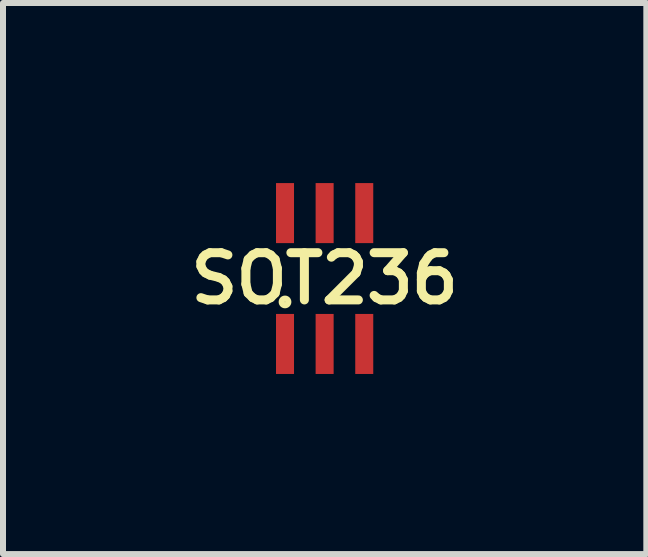
<source format=kicad_pcb>
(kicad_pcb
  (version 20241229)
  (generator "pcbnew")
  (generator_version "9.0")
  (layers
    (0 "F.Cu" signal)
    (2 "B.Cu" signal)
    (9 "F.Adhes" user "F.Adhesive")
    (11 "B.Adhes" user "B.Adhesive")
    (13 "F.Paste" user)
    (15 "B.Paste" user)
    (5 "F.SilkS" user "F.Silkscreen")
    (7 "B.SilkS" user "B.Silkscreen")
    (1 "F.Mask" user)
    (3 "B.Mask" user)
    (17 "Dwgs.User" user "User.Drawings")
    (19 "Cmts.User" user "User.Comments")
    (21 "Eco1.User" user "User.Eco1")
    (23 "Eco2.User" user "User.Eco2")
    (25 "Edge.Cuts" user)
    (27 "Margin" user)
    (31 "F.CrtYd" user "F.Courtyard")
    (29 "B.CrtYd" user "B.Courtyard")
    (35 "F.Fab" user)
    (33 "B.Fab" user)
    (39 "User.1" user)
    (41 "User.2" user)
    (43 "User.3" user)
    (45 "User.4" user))
  (footprint "SOT236"
    (layer "F.Cu")
    (at 2.358 1.59)
    (property "Reference" "SOT236" (at 0 0 0) (layer "F.SilkS") (effects (font (size 0.787 0.787) (thickness 0.15))))
    (attr smd)
    (fp_circle (center -0.66 0.39) (end -0.65 0.39) (stroke (width 0.05) (type solid)) (fill no) (layer "F.SilkS"))
    (fp_circle (center -0.66 0.39) (end -0.638 0.39) (stroke (width 0.05) (type solid)) (fill no) (layer "F.SilkS"))
    (fp_circle (center -0.66 0.39) (end -0.628 0.39) (stroke (width 0.05) (type solid)) (fill no) (layer "F.SilkS"))
    (fp_circle (center -0.66 0.39) (end -0.579 0.39) (stroke (width 0.05) (type solid)) (fill no) (layer "F.SilkS"))
    (pad "1" smd rect (at -0.66 1.09) (size 0.3 1) (layers "F.Cu" "F.Mask" "F.Paste"))
    (pad "2" smd rect (at 0 1.09) (size 0.3 1) (layers "F.Cu" "F.Mask" "F.Paste"))
    (pad "3" smd rect (at 0.66 1.09) (size 0.3 1) (layers "F.Cu" "F.Mask" "F.Paste"))
    (pad "4" smd rect (at 0.66 -1.09) (size 0.3 1) (layers "F.Cu" "F.Mask" "F.Paste"))
    (pad "5" smd rect (at 0 -1.09) (size 0.3 1) (layers "F.Cu" "F.Mask" "F.Paste"))
    (pad "6" smd rect (at -0.66 -1.09) (size 0.3 1) (layers "F.Cu" "F.Mask" "F.Paste")))
  (gr_rect
    (start -3 -3)
    (end 7.717 6.18)
    (stroke (width 0.1) (type default))
    (fill no)
    (layer "Edge.Cuts")))
</source>
